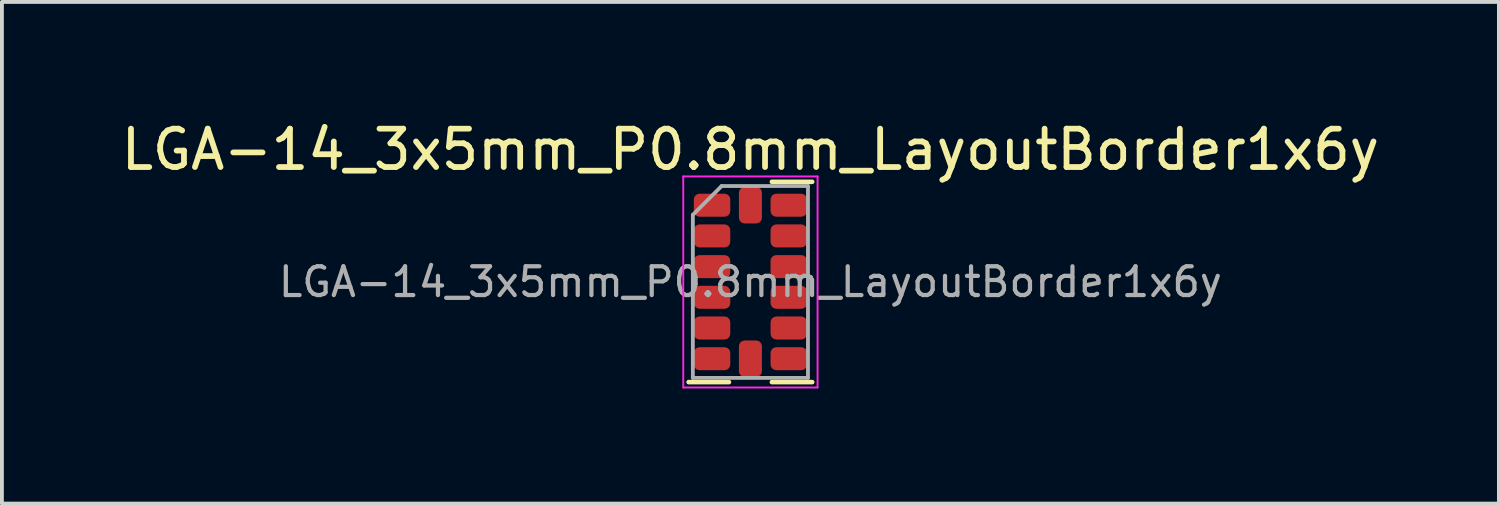
<source format=kicad_pcb>
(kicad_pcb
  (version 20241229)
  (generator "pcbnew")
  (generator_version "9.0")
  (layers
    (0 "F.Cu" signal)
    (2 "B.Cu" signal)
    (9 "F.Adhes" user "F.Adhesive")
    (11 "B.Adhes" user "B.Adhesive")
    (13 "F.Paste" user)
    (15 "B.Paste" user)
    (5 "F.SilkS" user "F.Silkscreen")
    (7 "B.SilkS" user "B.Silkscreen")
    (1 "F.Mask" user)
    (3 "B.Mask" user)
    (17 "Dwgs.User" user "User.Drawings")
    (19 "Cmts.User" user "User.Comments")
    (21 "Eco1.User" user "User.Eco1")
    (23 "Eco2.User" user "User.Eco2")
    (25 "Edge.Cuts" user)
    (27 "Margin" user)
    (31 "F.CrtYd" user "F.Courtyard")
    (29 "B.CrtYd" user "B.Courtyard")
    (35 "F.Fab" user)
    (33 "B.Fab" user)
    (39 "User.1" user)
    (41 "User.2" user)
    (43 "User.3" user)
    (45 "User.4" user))
  (footprint "LGA-14_3x5mm_P0.8mm_LayoutBorder1x6y"
    (layer "F.Cu")
    (at 16.506 4.298)
    (property "Reference" "LGA-14_3x5mm_P0.8mm_LayoutBorder1x6y" (at 0 -3.45 0) (layer "F.SilkS") (effects (font (size 1 1) (thickness 0.15))))
    (attr smd)
    (fp_line (start -0.56 2.61) (end -1.61 2.61) (stroke (width 0.12) (type solid)) (layer "F.SilkS"))
    (fp_line (start 0.56 -2.61) (end 1.61 -2.61) (stroke (width 0.12) (type solid)) (layer "F.SilkS"))
    (fp_line (start 0.56 2.61) (end 1.61 2.61) (stroke (width 0.12) (type solid)) (layer "F.SilkS"))
    (fp_line (start -1.75 -2.75) (end -1.75 2.75) (stroke (width 0.05) (type solid)) (layer "F.CrtYd"))
    (fp_line (start -1.75 2.75) (end 1.75 2.75) (stroke (width 0.05) (type solid)) (layer "F.CrtYd"))
    (fp_line (start 1.75 -2.75) (end -1.75 -2.75) (stroke (width 0.05) (type solid)) (layer "F.CrtYd"))
    (fp_line (start 1.75 2.75) (end 1.75 -2.75) (stroke (width 0.05) (type solid)) (layer "F.CrtYd"))
    (fp_line (start -1.5 -1.75) (end -0.75 -2.5) (stroke (width 0.1) (type solid)) (layer "F.Fab"))
    (fp_line (start -1.5 2.5) (end -1.5 -1.75) (stroke (width 0.1) (type solid)) (layer "F.Fab"))
    (fp_line (start -0.75 -2.5) (end 1.5 -2.5) (stroke (width 0.1) (type solid)) (layer "F.Fab"))
    (fp_line (start 1.5 -2.5) (end 1.5 2.5) (stroke (width 0.1) (type solid)) (layer "F.Fab"))
    (fp_line (start 1.5 2.5) (end -1.5 2.5) (stroke (width 0.1) (type solid)) (layer "F.Fab"))
    (fp_text user "${REFERENCE}" (at 0 0 0) (layer "F.Fab") (effects (font (size 0.75 0.75) (thickness 0.11))))
    (pad "1" smd roundrect (at -1 -2) (size 0.95 0.6) (layers "F.Cu" "F.Mask" "F.Paste") (roundrect_rratio 0.25))
    (pad "2" smd roundrect (at -1 -1.2) (size 0.95 0.6) (layers "F.Cu" "F.Mask" "F.Paste") (roundrect_rratio 0.25))
    (pad "3" smd roundrect (at -1 -0.4) (size 0.95 0.6) (layers "F.Cu" "F.Mask" "F.Paste") (roundrect_rratio 0.25))
    (pad "4" smd roundrect (at -1 0.4) (size 0.95 0.6) (layers "F.Cu" "F.Mask" "F.Paste") (roundrect_rratio 0.25))
    (pad "5" smd roundrect (at -1 1.2) (size 0.95 0.6) (layers "F.Cu" "F.Mask" "F.Paste") (roundrect_rratio 0.25))
    (pad "6" smd roundrect (at -1 2) (size 0.95 0.6) (layers "F.Cu" "F.Mask" "F.Paste") (roundrect_rratio 0.25))
    (pad "7" smd roundrect (at 0 2) (size 0.6 0.95) (layers "F.Cu" "F.Mask" "F.Paste") (roundrect_rratio 0.25))
    (pad "8" smd roundrect (at 1 2) (size 0.95 0.6) (layers "F.Cu" "F.Mask" "F.Paste") (roundrect_rratio 0.25))
    (pad "9" smd roundrect (at 1 1.2) (size 0.95 0.6) (layers "F.Cu" "F.Mask" "F.Paste") (roundrect_rratio 0.25))
    (pad "10" smd roundrect (at 1 0.4) (size 0.95 0.6) (layers "F.Cu" "F.Mask" "F.Paste") (roundrect_rratio 0.25))
    (pad "11" smd roundrect (at 1 -0.4) (size 0.95 0.6) (layers "F.Cu" "F.Mask" "F.Paste") (roundrect_rratio 0.25))
    (pad "12" smd roundrect (at 1 -1.2) (size 0.95 0.6) (layers "F.Cu" "F.Mask" "F.Paste") (roundrect_rratio 0.25))
    (pad "13" smd roundrect (at 1 -2) (size 0.95 0.6) (layers "F.Cu" "F.Mask" "F.Paste") (roundrect_rratio 0.25))
    (pad "14" smd roundrect (at 0 -2) (size 0.6 0.95) (layers "F.Cu" "F.Mask" "F.Paste") (roundrect_rratio 0.25)))
  (gr_rect
    (start -3 -3)
    (end 36.012 10.073)
    (stroke (width 0.1) (type default))
    (fill no)
    (layer "Edge.Cuts")))
</source>
